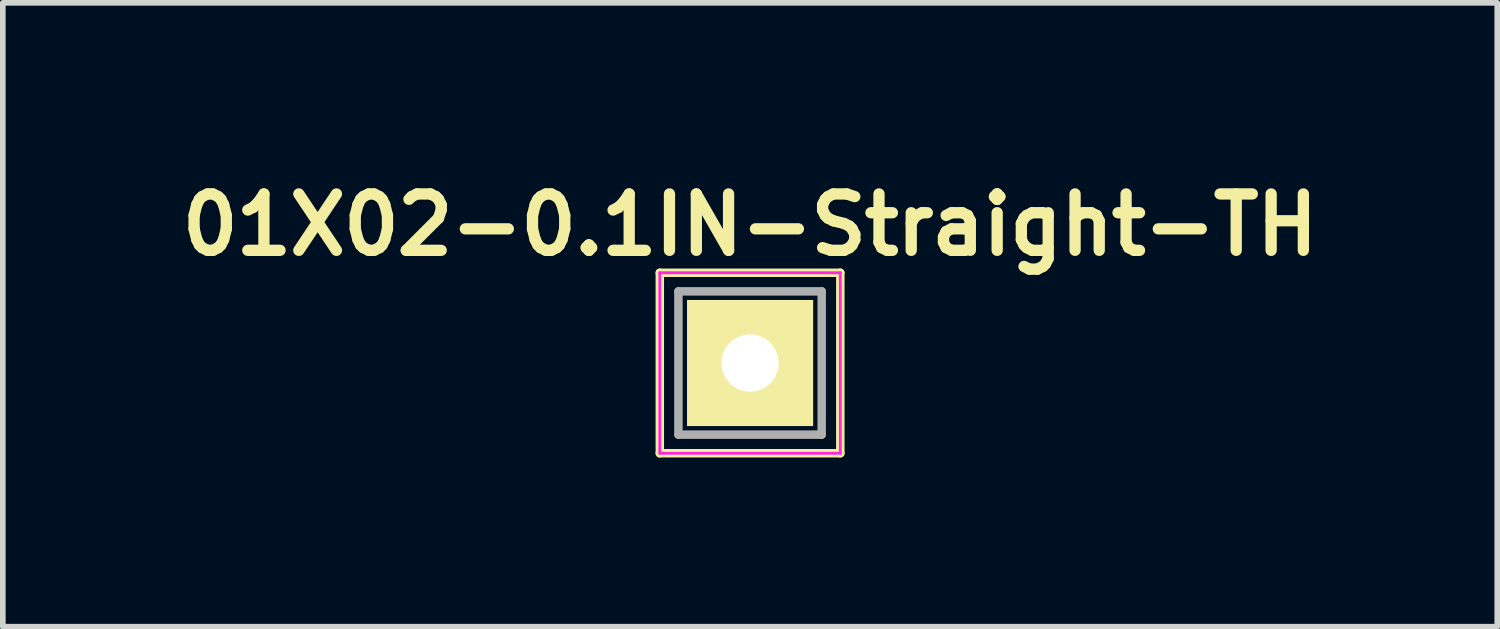
<source format=kicad_pcb>
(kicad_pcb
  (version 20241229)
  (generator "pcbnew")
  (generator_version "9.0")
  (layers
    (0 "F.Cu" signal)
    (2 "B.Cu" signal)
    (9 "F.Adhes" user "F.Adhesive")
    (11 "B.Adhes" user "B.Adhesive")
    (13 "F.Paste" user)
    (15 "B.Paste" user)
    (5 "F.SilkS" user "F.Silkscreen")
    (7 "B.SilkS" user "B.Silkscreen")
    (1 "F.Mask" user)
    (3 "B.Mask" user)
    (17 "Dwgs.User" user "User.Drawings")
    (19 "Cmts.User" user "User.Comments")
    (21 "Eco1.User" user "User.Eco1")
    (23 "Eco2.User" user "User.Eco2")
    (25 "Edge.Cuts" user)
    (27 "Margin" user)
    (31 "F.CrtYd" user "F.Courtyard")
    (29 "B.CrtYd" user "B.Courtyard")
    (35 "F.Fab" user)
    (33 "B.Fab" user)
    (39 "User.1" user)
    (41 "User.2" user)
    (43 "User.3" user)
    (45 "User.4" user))
  (footprint "01X02-0.1IN-Straight-TH"
    (layer "F.Cu")
    (at 10.248 3.386)
    (property "Reference" "01X02-0.1IN-Straight-TH" (at 0 -2.45 0) (layer "F.SilkS") (effects (font (size 1 1) (thickness 0.2))))
    (attr through_hole)
    (fp_line (start -1.6 -1.6) (end -1.6 1.6) (stroke (width 0.15) (type solid)) (layer "F.SilkS"))
    (fp_line (start -1.6 1.6) (end 1.6 1.6) (stroke (width 0.15) (type solid)) (layer "F.SilkS"))
    (fp_line (start 1.6 -1.6) (end -1.6 -1.6) (stroke (width 0.15) (type solid)) (layer "F.SilkS"))
    (fp_line (start 1.6 1.6) (end 1.6 -1.6) (stroke (width 0.15) (type solid)) (layer "F.SilkS"))
    (fp_line (start -1.6 -1.6) (end -1.6 1.6) (stroke (width 0.05) (type solid)) (layer "F.CrtYd"))
    (fp_line (start -1.6 1.6) (end 1.6 1.6) (stroke (width 0.05) (type solid)) (layer "F.CrtYd"))
    (fp_line (start 1.6 -1.6) (end -1.6 -1.6) (stroke (width 0.05) (type solid)) (layer "F.CrtYd"))
    (fp_line (start 1.6 1.6) (end 1.6 -1.6) (stroke (width 0.05) (type solid)) (layer "F.CrtYd"))
    (fp_line (start -1.27 -1.27) (end -1.27 1.27) (stroke (width 0.15) (type solid)) (layer "F.Fab"))
    (fp_line (start -1.27 1.27) (end 1.27 1.27) (stroke (width 0.15) (type solid)) (layer "F.Fab"))
    (fp_line (start 1.27 -1.27) (end -1.27 -1.27) (stroke (width 0.15) (type solid)) (layer "F.Fab"))
    (fp_line (start 1.27 1.27) (end 1.27 -1.27) (stroke (width 0.15) (type solid)) (layer "F.Fab"))
    (pad "1" thru_hole rect (at 0 0) (size 2.235 2.235) (drill 1.016) (layers "*.Cu" "*.Mask" "F.SilkS")))
  (gr_rect
    (start -3 -3)
    (end 23.495 8.061)
    (stroke (width 0.1) (type default))
    (fill no)
    (layer "Edge.Cuts")))
</source>
